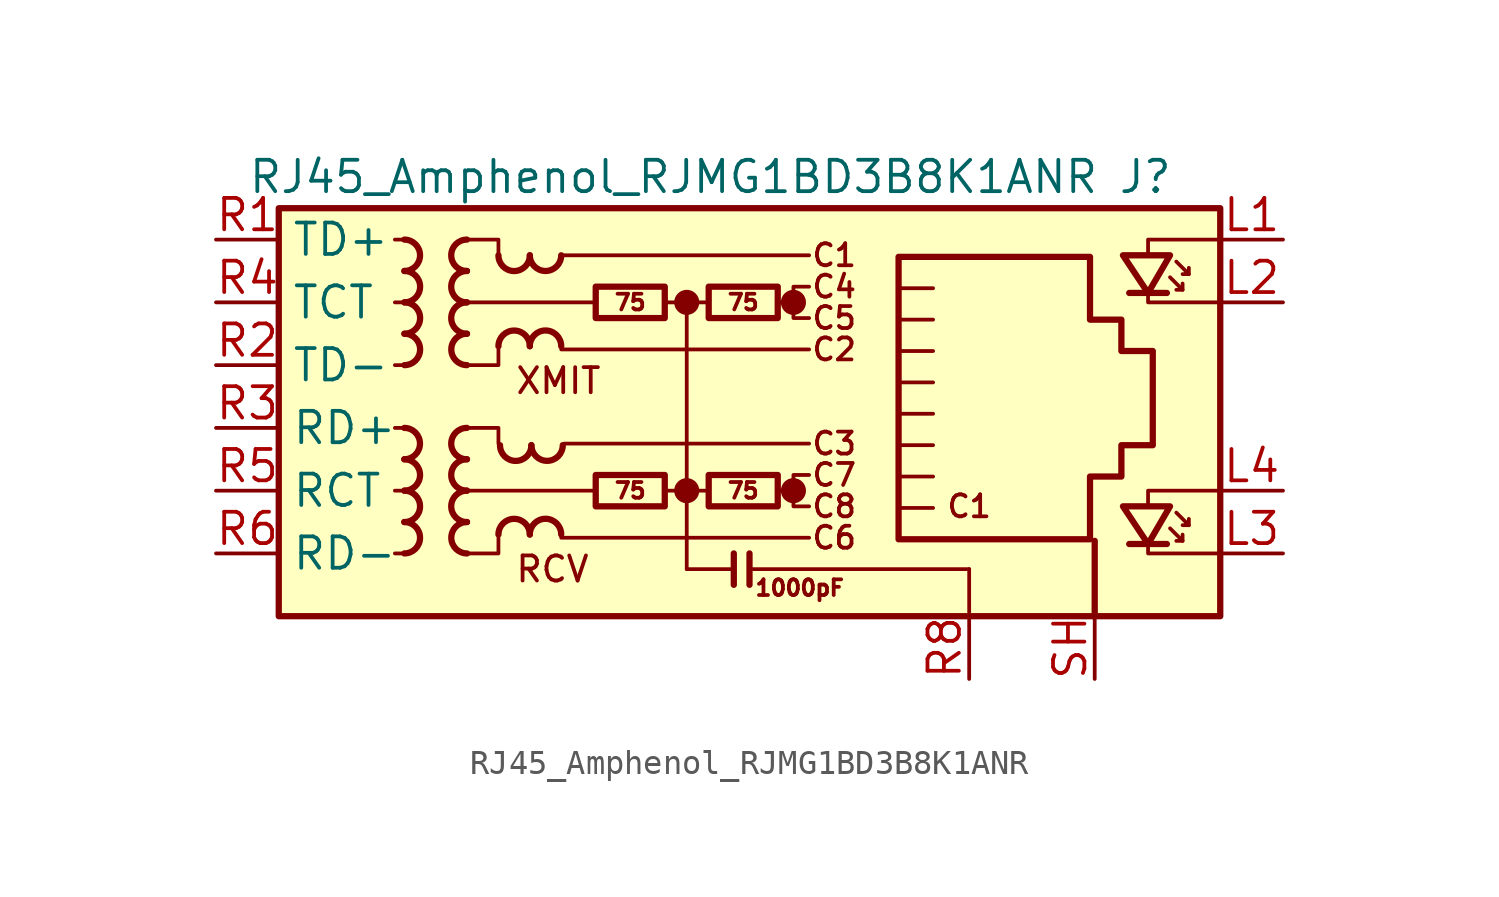
<source format=kicad_sym>
(kicad_symbol_lib
  (version 20220914)
  (generator kicad_symbol_editor)
  (symbol "RJ45_Amphenol_RJMG1BD3B8K1ANR"
    (property "Reference" "J"
      (at 18.415 10.16 0)
      (effects (font (size 1.27 1.27)) (justify right)))
    (property "Value" "RJ45_Amphenol_RJMG1BD3B8K1ANR"
      (at -19.05 10.16 0)
      (effects (font (size 1.27 1.27)) (justify left)))
    (symbol "RJ45_Amphenol_RJMG1BD3B8K1ANR_0_0"
      (circle (center -1.27 -2.54) (radius 0.0001) (stroke (width 0.508) (type default)) (fill (type none)))
      (circle (center -1.27 5.08) (radius 0.0001) (stroke (width 0.508) (type default)) (fill (type none)))
      (polyline (pts (xy -1.27 5.08) (xy -1.27 -5.715)) (stroke (width 0) (type default)) (fill (type none)))
      (polyline (pts (xy 0.635 -5.08) (xy 0.635 -6.35)) (stroke (width 0.254) (type default)) (fill (type none)))
      (polyline (pts (xy 1.27 -5.08) (xy 1.27 -6.35)) (stroke (width 0.254) (type default)) (fill (type none)))
      (polyline (pts (xy 3.048 -2.54) (xy 2.54 -2.54)) (stroke (width 0) (type default)) (fill (type none)))
      (polyline (pts (xy 3.048 5.08) (xy 2.54 5.08)) (stroke (width 0) (type default)) (fill (type none)))
      (polyline (pts (xy 17.399 -3.175) (xy 17.399 -2.54) (xy 20.32 -2.54)) (stroke (width 0) (type default)) (fill (type none)))
      (polyline (pts (xy 17.399 6.985) (xy 17.399 7.62) (xy 20.32 7.62)) (stroke (width 0) (type default)) (fill (type none)))
      (polyline (pts (xy 20.32 -5.08) (xy 17.399 -5.08) (xy 17.399 -4.572)) (stroke (width 0) (type default)) (fill (type none)))
      (polyline (pts (xy 20.32 5.08) (xy 17.399 5.08) (xy 17.399 5.588)) (stroke (width 0) (type default)) (fill (type none)))
      (polyline (pts (xy 3.683 -1.905) (xy 3.048 -1.905) (xy 3.048 -3.175) (xy 3.683 -3.175)) (stroke (width 0) (type default)) (fill (type none)))
      (polyline (pts (xy 3.683 5.715) (xy 3.048 5.715) (xy 3.048 4.445) (xy 3.683 4.445)) (stroke (width 0) (type default)) (fill (type none)))
      (circle (center 3.048 -2.54) (radius 0.0001) (stroke (width 0.508) (type default)) (fill (type none)))
      (circle (center 3.048 5.08) (radius 0.0001) (stroke (width 0.508) (type default)) (fill (type none)))
      (text "C1" (at 4.699 6.985 0) (effects (font (size 0.889 0.889))))
      (text "C1" (at 10.16 -3.175 0) (effects (font (size 0.889 0.889))))
      (text "C2" (at 4.699 3.175 0) (effects (font (size 0.889 0.889))))
      (text "C3" (at 4.699 -0.635 0) (effects (font (size 0.889 0.889))))
      (text "C4" (at 4.699 5.715 0) (effects (font (size 0.889 0.889))))
      (text "C5" (at 4.699 4.445 0) (effects (font (size 0.889 0.889))))
      (text "C6" (at 4.699 -4.445 0) (effects (font (size 0.889 0.889))))
      (text "C7" (at 4.699 -1.905 0) (effects (font (size 0.889 0.889))))
      (text "C8" (at 4.699 -3.175 0) (effects (font (size 0.889 0.889))))
      (text "RCV" (at -8.255 -5.715 0) (effects (font (size 1.016 1.016)) (justify left)))
      (text "XMIT" (at -8.255 1.905 0) (effects (font (size 1.016 1.016)) (justify left))))
    (symbol "RJ45_Amphenol_RJMG1BD3B8K1ANR_0_1"
      (rectangle (start -17.78 8.89) (end 20.32 -7.62) (stroke (width 0.254) (type default)) (fill (type background)))
      (polyline (pts (xy -12.7 -5.08) (xy -13.081 -5.08)) (stroke (width 0) (type default)) (fill (type none)))
      (polyline (pts (xy -12.7 -2.54) (xy -13.081 -2.54)) (stroke (width 0) (type default)) (fill (type none)))
      (polyline (pts (xy -12.7 0) (xy -13.081 0)) (stroke (width 0) (type default)) (fill (type none)))
      (polyline (pts (xy -12.7 2.54) (xy -13.081 2.54)) (stroke (width 0) (type default)) (fill (type none)))
      (polyline (pts (xy -12.7 5.08) (xy -13.081 5.08)) (stroke (width 0) (type default)) (fill (type none)))
      (polyline (pts (xy -12.7 7.62) (xy -13.081 7.62)) (stroke (width 0) (type default)) (fill (type none)))
      (polyline (pts (xy -6.35 -4.445) (xy 3.683 -4.445)) (stroke (width 0) (type default)) (fill (type none)))
      (polyline (pts (xy -6.35 3.175) (xy 3.683 3.175)) (stroke (width 0) (type default)) (fill (type none)))
      (polyline (pts (xy -6.35 6.985) (xy 3.683 6.985)) (stroke (width 0) (type default)) (fill (type none)))
      (polyline (pts (xy -6.223 -0.635) (xy 3.683 -0.635)) (stroke (width 0) (type default)) (fill (type none)))
      (polyline (pts (xy -5.08 -2.54) (xy -10.16 -2.54)) (stroke (width 0) (type default)) (fill (type none)))
      (polyline (pts (xy -4.953 5.08) (xy -10.16 5.08)) (stroke (width 0) (type default)) (fill (type none)))
      (polyline (pts (xy -2.159 -2.54) (xy -0.381 -2.54)) (stroke (width 0) (type default)) (fill (type none)))
      (polyline (pts (xy -2.159 5.08) (xy -0.381 5.08)) (stroke (width 0) (type default)) (fill (type none)))
      (polyline (pts (xy 0.635 -5.715) (xy -1.27 -5.715)) (stroke (width 0) (type default)) (fill (type none)))
      (polyline (pts (xy 7.429 -1.968) (xy 8.7 -1.968)) (stroke (width 0) (type default)) (fill (type none)))
      (polyline (pts (xy 7.429 -0.699) (xy 8.7 -0.699)) (stroke (width 0) (type default)) (fill (type none)))
      (polyline (pts (xy 7.429 0.572) (xy 8.7 0.572)) (stroke (width 0) (type default)) (fill (type none)))
      (polyline (pts (xy 7.429 1.841) (xy 8.7 1.841)) (stroke (width 0) (type default)) (fill (type none)))
      (polyline (pts (xy 7.429 3.111) (xy 8.7 3.111)) (stroke (width 0) (type default)) (fill (type none)))
      (polyline (pts (xy 8.7 -3.239) (xy 7.429 -3.239)) (stroke (width 0) (type default)) (fill (type none)))
      (polyline (pts (xy 8.7 4.381) (xy 7.429 4.381)) (stroke (width 0) (type default)) (fill (type none)))
      (polyline (pts (xy 8.7 5.652) (xy 7.429 5.652)) (stroke (width 0) (type default)) (fill (type none)))
      (polyline (pts (xy 10.16 -5.715) (xy 1.27 -5.715)) (stroke (width 0) (type default)) (fill (type none)))
      (polyline (pts (xy 10.16 -5.715) (xy 10.16 -7.62)) (stroke (width 0) (type default)) (fill (type none)))
      (polyline (pts (xy -10.16 0) (xy -8.89 0) (xy -8.89 -0.635)) (stroke (width 0) (type default)) (fill (type none)))
      (polyline (pts (xy -10.16 7.62) (xy -8.89 7.62) (xy -8.89 6.985)) (stroke (width 0) (type default)) (fill (type none)))
      (polyline (pts (xy -8.89 -4.445) (xy -8.89 -5.08) (xy -10.16 -5.08)) (stroke (width 0) (type default)) (fill (type none)))
      (polyline (pts (xy -8.89 3.175) (xy -8.89 2.54) (xy -10.16 2.54)) (stroke (width 0) (type default)) (fill (type none))))
    (symbol "RJ45_Amphenol_RJMG1BD3B8K1ANR_1_0"
      (text "1000pF" (at 3.302 -6.477 0) (effects (font (size 0.635 0.635)))))
    (symbol "RJ45_Amphenol_RJMG1BD3B8K1ANR_1_1"
      (arc (start -12.7 -1.27) (mid -12.0677 -0.635) (end -12.7 0) (stroke (width 0.254) (type default)) (fill (type none)))
      (arc (start -12.6973 -5.08) (mid -12.065 -4.445) (end -12.6973 -3.81) (stroke (width 0.254) (type default)) (fill (type none)))
      (arc (start -12.6973 -3.81) (mid -12.065 -3.175) (end -12.6973 -2.54) (stroke (width 0.254) (type default)) (fill (type none)))
      (arc (start -12.6973 -2.54) (mid -12.065 -1.905) (end -12.6973 -1.27) (stroke (width 0.254) (type default)) (fill (type none)))
      (arc (start -12.6973 6.35) (mid -12.065 6.985) (end -12.6973 7.62) (stroke (width 0.254) (type default)) (fill (type none)))
      (arc (start -12.6946 2.54) (mid -12.0623 3.175) (end -12.6946 3.81) (stroke (width 0.254) (type default)) (fill (type none)))
      (arc (start -12.6946 3.81) (mid -12.0623 4.445) (end -12.6946 5.08) (stroke (width 0.254) (type default)) (fill (type none)))
      (arc (start -12.6946 5.08) (mid -12.0623 5.715) (end -12.6946 6.35) (stroke (width 0.254) (type default)) (fill (type none)))
      (arc (start -10.1654 -2.54) (mid -10.7977 -3.175) (end -10.1654 -3.81) (stroke (width 0.254) (type default)) (fill (type none)))
      (arc (start -10.1654 -1.27) (mid -10.7977 -1.905) (end -10.1654 -2.54) (stroke (width 0.254) (type default)) (fill (type none)))
      (arc (start -10.1654 0) (mid -10.7977 -0.635) (end -10.1654 -1.27) (stroke (width 0.254) (type default)) (fill (type none)))
      (arc (start -10.1654 5.08) (mid -10.7977 4.445) (end -10.1654 3.81) (stroke (width 0.254) (type default)) (fill (type none)))
      (arc (start -10.1654 6.35) (mid -10.7977 5.715) (end -10.1654 5.08) (stroke (width 0.254) (type default)) (fill (type none)))
      (arc (start -10.1654 7.62) (mid -10.7977 6.985) (end -10.1654 6.35) (stroke (width 0.254) (type default)) (fill (type none)))
      (arc (start -10.1627 -3.81) (mid -10.795 -4.445) (end -10.1627 -5.08) (stroke (width 0.254) (type default)) (fill (type none)))
      (arc (start -10.1627 3.81) (mid -10.795 3.175) (end -10.1627 2.54) (stroke (width 0.254) (type default)) (fill (type none)))
      (arc (start -8.89 6.9823) (mid -8.255 6.35) (end -7.62 6.9823) (stroke (width 0.254) (type default)) (fill (type none)))
      (arc (start -8.8265 -0.7012) (mid -8.1915 -1.3335) (end -7.5565 -0.7012) (stroke (width 0.254) (type default)) (fill (type none)))
      (arc (start -7.62 -4.3153) (mid -8.255 -3.683) (end -8.89 -4.3153) (stroke (width 0.254) (type default)) (fill (type none)))
      (arc (start -7.62 3.3047) (mid -8.255 3.937) (end -8.89 3.3047) (stroke (width 0.254) (type default)) (fill (type none)))
      (arc (start -7.62 6.985) (mid -6.985 6.3527) (end -6.35 6.985) (stroke (width 0.254) (type default)) (fill (type none)))
      (arc (start -7.5565 -0.6985) (mid -6.9215 -1.3308) (end -6.2865 -0.6985) (stroke (width 0.254) (type default)) (fill (type none)))
      (arc (start -6.35 -4.3126) (mid -6.985 -3.6803) (end -7.62 -4.3126) (stroke (width 0.254) (type default)) (fill (type none)))
      (arc (start -6.35 3.3074) (mid -6.985 3.9397) (end -7.62 3.3074) (stroke (width 0.254) (type default)) (fill (type none)))
      (rectangle (start -4.953 -1.905) (end -2.159 -3.175) (stroke (width 0.254) (type default)) (fill (type none)))
      (rectangle (start -4.953 5.715) (end -2.159 4.445) (stroke (width 0.254) (type default)) (fill (type none)))
      (rectangle (start -0.381 -1.905) (end 2.413 -3.175) (stroke (width 0.254) (type default)) (fill (type none)))
      (rectangle (start -0.381 5.715) (end 2.413 4.445) (stroke (width 0.254) (type default)) (fill (type none)))
      (polyline (pts (xy 15.24 -7.62) (xy 15.24 -4.572)) (stroke (width 0.254) (type default)) (fill (type none)))
      (polyline (pts (xy 18.161 -4.699) (xy 16.637 -4.699)) (stroke (width 0.254) (type default)) (fill (type none)))
      (polyline (pts (xy 18.161 5.461) (xy 16.637 5.461)) (stroke (width 0.254) (type default)) (fill (type none)))
      (polyline (pts (xy 18.796 -4.572) (xy 18.796 -4.318)) (stroke (width 0) (type default)) (fill (type none)))
      (polyline (pts (xy 18.796 5.588) (xy 18.796 5.842)) (stroke (width 0) (type default)) (fill (type none)))
      (polyline (pts (xy 19.05 -3.937) (xy 19.05 -3.683)) (stroke (width 0) (type default)) (fill (type none)))
      (polyline (pts (xy 19.05 6.223) (xy 19.05 6.477)) (stroke (width 0) (type default)) (fill (type none)))
      (polyline (pts (xy 18.288 -4.064) (xy 18.796 -4.572) (xy 18.542 -4.572)) (stroke (width 0) (type default)) (fill (type none)))
      (polyline (pts (xy 18.288 6.096) (xy 18.796 5.588) (xy 18.542 5.588)) (stroke (width 0) (type default)) (fill (type none)))
      (polyline (pts (xy 18.542 -3.429) (xy 19.05 -3.937) (xy 18.796 -3.937)) (stroke (width 0) (type default)) (fill (type none)))
      (polyline (pts (xy 18.542 6.731) (xy 19.05 6.223) (xy 18.796 6.223)) (stroke (width 0) (type default)) (fill (type none)))
      (polyline (pts (xy 18.288 -3.175) (xy 16.383 -3.175) (xy 17.399 -4.699) (xy 18.288 -3.175)) (stroke (width 0.254) (type default)) (fill (type none)))
      (polyline (pts (xy 18.288 6.985) (xy 16.383 6.985) (xy 17.399 5.461) (xy 18.288 6.985)) (stroke (width 0.254) (type default)) (fill (type none)))
      (polyline (pts (xy 7.303 -4.508) (xy 7.303 6.921) (xy 15.05 6.921) (xy 15.05 4.381) (xy 16.32 4.381) (xy 16.32 3.111) (xy 17.59 3.111) (xy 17.59 -0.699) (xy 16.32 -0.699) (xy 16.32 -1.968) (xy 15.05 -1.968) (xy 15.05 -4.508) (xy 7.303 -4.508)) (stroke (width 0.254) (type default)) (fill (type none)))
      (text "75" (at -3.556 -2.54 0) (effects (font (size 0.635 0.635))))
      (text "75" (at -3.556 5.08 0) (effects (font (size 0.635 0.635))))
      (text "75" (at 1.016 -2.54 0) (effects (font (size 0.635 0.635))))
      (text "75" (at 1.016 5.08 0) (effects (font (size 0.635 0.635))))
      (pin passive line (at 22.86 7.62 180) (length 2.54) (name "" (effects (font (size 1.27 1.27)))) (number "L1" (effects (font (size 1.27 1.27)))))
      (pin passive line (at 22.86 5.08 180) (length 2.54) (name "" (effects (font (size 1.27 1.27)))) (number "L2" (effects (font (size 1.27 1.27)))))
      (pin passive line (at 22.86 -5.08 180) (length 2.54) (name "" (effects (font (size 1.27 1.27)))) (number "L3" (effects (font (size 1.27 1.27)))))
      (pin passive line (at 22.86 -2.54 180) (length 2.54) (name "" (effects (font (size 1.27 1.27)))) (number "L4" (effects (font (size 1.27 1.27)))))
      (pin passive line (at -20.32 7.62 0) (length 2.54) (name "TD+" (effects (font (size 1.27 1.27)))) (number "R1" (effects (font (size 1.27 1.27)))))
      (pin passive line (at -20.32 2.54 0) (length 2.54) (name "TD-" (effects (font (size 1.27 1.27)))) (number "R2" (effects (font (size 1.27 1.27)))))
      (pin passive line (at -20.32 0 0) (length 2.54) (name "RD+" (effects (font (size 1.27 1.27)))) (number "R3" (effects (font (size 1.27 1.27)))))
      (pin passive line (at -20.32 5.08 0) (length 2.54) (name "TCT" (effects (font (size 1.27 1.27)))) (number "R4" (effects (font (size 1.27 1.27)))))
      (pin passive line (at -20.32 -2.54 0) (length 2.54) (name "RCT" (effects (font (size 1.27 1.27)))) (number "R5" (effects (font (size 1.27 1.27)))))
      (pin passive line (at -20.32 -5.08 0) (length 2.54) (name "RD-" (effects (font (size 1.27 1.27)))) (number "R6" (effects (font (size 1.27 1.27)))))
      (pin no_connect line (at 20.32 0 0) (length 0) hide (name "NC" (effects (font (size 1.27 1.27)))) (number "R7" (effects (font (size 1.27 1.27)))))
      (pin power_in line (at 10.16 -10.16 90) (length 2.54) (name "" (effects (font (size 1.27 1.27)))) (number "R8" (effects (font (size 1.27 1.27)))))
      (pin passive line (at 15.24 -10.16 90) (length 2.54) (name "" (effects (font (size 1.27 1.27)))) (number "SH" (effects (font (size 1.27 1.27))))))))
</source>
